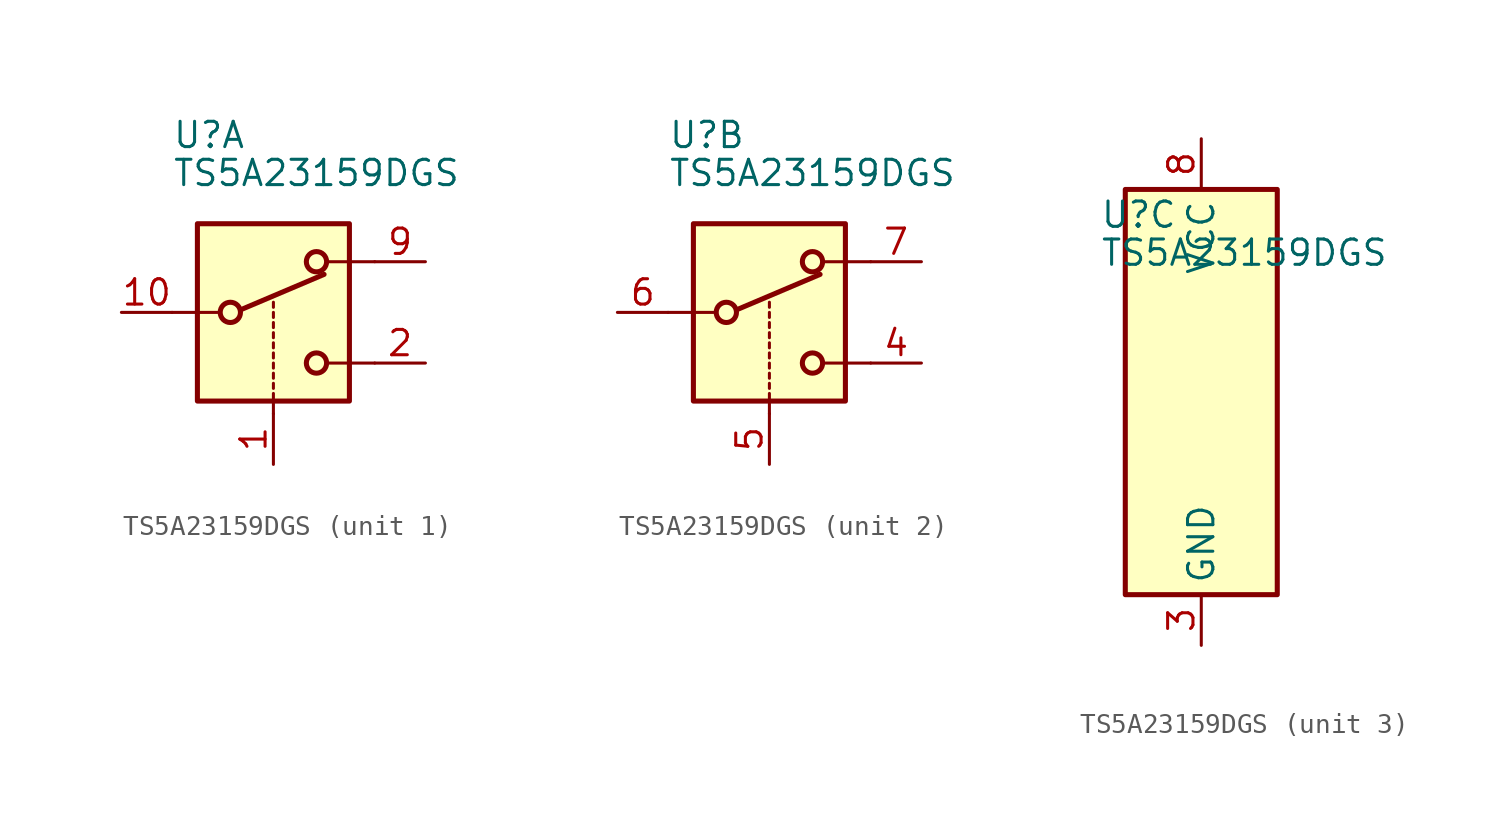
<source format=kicad_sym>
(kicad_symbol_lib
  (version 20241209)
  (generator "kicad_symbol_editor")
  (generator_version "9.0")
  (symbol "TS5A23159DGS"
    (property "Reference" "U"
      (at -5.08 8.89 0)
      (effects (font (size 1.27 1.27)) (justify left)))
    (property "Value" "TS5A23159DGS"
      (at -5.08 6.985 0)
      (effects (font (size 1.27 1.27)) (justify left)))
    (property "ki_locked" ""
      (at 0 0 0)
      (effects (font (size 1.27 1.27))))
    (symbol "TS5A23159DGS_1_1"
      (polyline (pts (xy -5.08 0) (xy -2.794 0)) (stroke (width 0) (type default)) (fill (type none)))
      (rectangle (start -3.81 4.445) (end 3.81 -4.445) (stroke (width 0.254) (type default)) (fill (type background)))
      (circle (center -2.159 0) (radius 0.508) (stroke (width 0.254) (type default)) (fill (type none)))
      (polyline (pts (xy -1.651 0.127) (xy 2.54 1.905)) (stroke (width 0.254) (type default)) (fill (type none)))
      (polyline (pts (xy 0 0.254) (xy 0 0.508)) (stroke (width 0) (type default)) (fill (type none)))
      (polyline (pts (xy 0 -0.254) (xy 0 0)) (stroke (width 0) (type default)) (fill (type none)))
      (polyline (pts (xy 0 -0.762) (xy 0 -0.508)) (stroke (width 0) (type default)) (fill (type none)))
      (polyline (pts (xy 0 -1.27) (xy 0 -1.016)) (stroke (width 0) (type default)) (fill (type none)))
      (polyline (pts (xy 0 -1.778) (xy 0 -1.524)) (stroke (width 0) (type default)) (fill (type none)))
      (polyline (pts (xy 0 -2.286) (xy 0 -2.032)) (stroke (width 0) (type default)) (fill (type none)))
      (polyline (pts (xy 0 -2.794) (xy 0 -2.54)) (stroke (width 0) (type default)) (fill (type none)))
      (polyline (pts (xy 0 -3.302) (xy 0 -3.048)) (stroke (width 0) (type default)) (fill (type none)))
      (polyline (pts (xy 0 -3.81) (xy 0 -3.556)) (stroke (width 0) (type default)) (fill (type none)))
      (polyline (pts (xy 0 -4.318) (xy 0 -4.064)) (stroke (width 0) (type default)) (fill (type none)))
      (polyline (pts (xy 0 -5.08) (xy 0 -4.572)) (stroke (width 0) (type default)) (fill (type none)))
      (circle (center 2.159 2.54) (radius 0.508) (stroke (width 0.254) (type default)) (fill (type none)))
      (circle (center 2.159 -2.54) (radius 0.508) (stroke (width 0.254) (type default)) (fill (type none)))
      (polyline (pts (xy 5.08 2.54) (xy 2.794 2.54)) (stroke (width 0) (type default)) (fill (type none)))
      (polyline (pts (xy 5.08 -2.54) (xy 2.794 -2.54)) (stroke (width 0) (type default)) (fill (type none)))
      (pin passive line (at -7.62 0 0) (length 2.54) (name "~" (effects (font (size 1.27 1.27)))) (number "10" (effects (font (size 1.27 1.27)))))
      (pin input line (at 0 -7.62 90) (length 2.54) (name "~" (effects (font (size 1.27 1.27)))) (number "1" (effects (font (size 1.27 1.27)))))
      (pin passive line (at 7.62 2.54 180) (length 2.54) (name "~" (effects (font (size 1.27 1.27)))) (number "9" (effects (font (size 1.27 1.27)))))
      (pin passive line (at 7.62 -2.54 180) (length 2.54) (name "~" (effects (font (size 1.27 1.27)))) (number "2" (effects (font (size 1.27 1.27))))))
    (symbol "TS5A23159DGS_2_1"
      (polyline (pts (xy -5.08 0) (xy -2.794 0)) (stroke (width 0) (type default)) (fill (type none)))
      (rectangle (start -3.81 4.445) (end 3.81 -4.445) (stroke (width 0.254) (type default)) (fill (type background)))
      (circle (center -2.159 0) (radius 0.508) (stroke (width 0.254) (type default)) (fill (type none)))
      (polyline (pts (xy -1.651 0.127) (xy 2.54 1.905)) (stroke (width 0.254) (type default)) (fill (type none)))
      (polyline (pts (xy 0 0.254) (xy 0 0.508)) (stroke (width 0) (type default)) (fill (type none)))
      (polyline (pts (xy 0 -0.254) (xy 0 0)) (stroke (width 0) (type default)) (fill (type none)))
      (polyline (pts (xy 0 -0.762) (xy 0 -0.508)) (stroke (width 0) (type default)) (fill (type none)))
      (polyline (pts (xy 0 -1.27) (xy 0 -1.016)) (stroke (width 0) (type default)) (fill (type none)))
      (polyline (pts (xy 0 -1.778) (xy 0 -1.524)) (stroke (width 0) (type default)) (fill (type none)))
      (polyline (pts (xy 0 -2.286) (xy 0 -2.032)) (stroke (width 0) (type default)) (fill (type none)))
      (polyline (pts (xy 0 -2.794) (xy 0 -2.54)) (stroke (width 0) (type default)) (fill (type none)))
      (polyline (pts (xy 0 -3.302) (xy 0 -3.048)) (stroke (width 0) (type default)) (fill (type none)))
      (polyline (pts (xy 0 -3.81) (xy 0 -3.556)) (stroke (width 0) (type default)) (fill (type none)))
      (polyline (pts (xy 0 -4.318) (xy 0 -4.064)) (stroke (width 0) (type default)) (fill (type none)))
      (polyline (pts (xy 0 -5.08) (xy 0 -4.572)) (stroke (width 0) (type default)) (fill (type none)))
      (circle (center 2.159 2.54) (radius 0.508) (stroke (width 0.254) (type default)) (fill (type none)))
      (circle (center 2.159 -2.54) (radius 0.508) (stroke (width 0.254) (type default)) (fill (type none)))
      (polyline (pts (xy 5.08 2.54) (xy 2.794 2.54)) (stroke (width 0) (type default)) (fill (type none)))
      (polyline (pts (xy 5.08 -2.54) (xy 2.794 -2.54)) (stroke (width 0) (type default)) (fill (type none)))
      (pin passive line (at -7.62 0 0) (length 2.54) (name "~" (effects (font (size 1.27 1.27)))) (number "6" (effects (font (size 1.27 1.27)))))
      (pin input line (at 0 -7.62 90) (length 2.54) (name "~" (effects (font (size 1.27 1.27)))) (number "5" (effects (font (size 1.27 1.27)))))
      (pin passive line (at 7.62 2.54 180) (length 2.54) (name "~" (effects (font (size 1.27 1.27)))) (number "7" (effects (font (size 1.27 1.27)))))
      (pin passive line (at 7.62 -2.54 180) (length 2.54) (name "~" (effects (font (size 1.27 1.27)))) (number "4" (effects (font (size 1.27 1.27))))))
    (symbol "TS5A23159DGS_3_1"
      (rectangle (start -3.81 10.16) (end 3.81 -10.16) (stroke (width 0.254) (type default)) (fill (type background)))
      (pin power_in line (at 0 12.7 270) (length 2.54) (name "VCC" (effects (font (size 1.27 1.27)))) (number "8" (effects (font (size 1.27 1.27)))))
      (pin power_in line (at 0 -12.7 90) (length 2.54) (name "GND" (effects (font (size 1.27 1.27)))) (number "3" (effects (font (size 1.27 1.27))))))))
</source>
